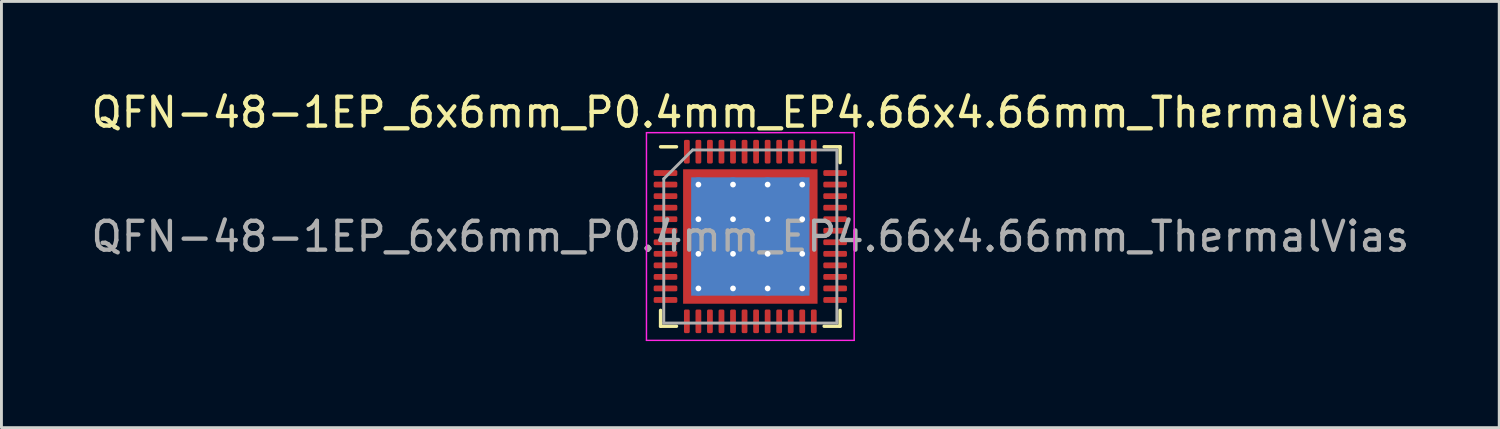
<source format=kicad_pcb>
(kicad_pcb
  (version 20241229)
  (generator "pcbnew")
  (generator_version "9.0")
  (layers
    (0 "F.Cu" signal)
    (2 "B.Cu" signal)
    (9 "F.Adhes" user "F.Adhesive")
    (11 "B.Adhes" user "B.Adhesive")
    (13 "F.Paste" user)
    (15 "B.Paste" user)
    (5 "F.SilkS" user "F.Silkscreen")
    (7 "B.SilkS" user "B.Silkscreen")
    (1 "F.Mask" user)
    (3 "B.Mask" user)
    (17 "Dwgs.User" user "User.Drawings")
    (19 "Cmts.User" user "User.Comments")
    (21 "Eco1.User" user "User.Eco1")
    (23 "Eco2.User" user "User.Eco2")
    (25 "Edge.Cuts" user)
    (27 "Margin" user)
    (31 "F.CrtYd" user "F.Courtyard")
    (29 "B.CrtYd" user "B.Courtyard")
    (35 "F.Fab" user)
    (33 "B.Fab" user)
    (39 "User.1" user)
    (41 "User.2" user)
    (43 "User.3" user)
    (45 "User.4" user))
  (footprint "QFN-48-1EP_6x6mm_P0.4mm_EP4.66x4.66mm_ThermalVias"
    (layer "F.Cu")
    (at 22.958 5.148)
    (property "Reference" "QFN-48-1EP_6x6mm_P0.4mm_EP4.66x4.66mm_ThermalVias" (at 0 -4.3 0) (layer "F.SilkS") (effects (font (size 1 1) (thickness 0.15))))
    (attr smd)
    (fp_line (start -3.11 3.11) (end -3.11 2.56) (stroke (width 0.12) (type solid)) (layer "F.SilkS"))
    (fp_line (start -2.56 -3.11) (end -3.11 -3.11) (stroke (width 0.12) (type solid)) (layer "F.SilkS"))
    (fp_line (start -2.56 3.11) (end -3.11 3.11) (stroke (width 0.12) (type solid)) (layer "F.SilkS"))
    (fp_line (start 2.56 -3.11) (end 3.11 -3.11) (stroke (width 0.12) (type solid)) (layer "F.SilkS"))
    (fp_line (start 2.56 3.11) (end 3.11 3.11) (stroke (width 0.12) (type solid)) (layer "F.SilkS"))
    (fp_line (start 3.11 -3.11) (end 3.11 -2.56) (stroke (width 0.12) (type solid)) (layer "F.SilkS"))
    (fp_line (start 3.11 3.11) (end 3.11 2.56) (stroke (width 0.12) (type solid)) (layer "F.SilkS"))
    (fp_line (start -3.6 -3.6) (end -3.6 3.6) (stroke (width 0.05) (type solid)) (layer "F.CrtYd"))
    (fp_line (start -3.6 3.6) (end 3.6 3.6) (stroke (width 0.05) (type solid)) (layer "F.CrtYd"))
    (fp_line (start 3.6 -3.6) (end -3.6 -3.6) (stroke (width 0.05) (type solid)) (layer "F.CrtYd"))
    (fp_line (start 3.6 3.6) (end 3.6 -3.6) (stroke (width 0.05) (type solid)) (layer "F.CrtYd"))
    (fp_line (start -3 -2) (end -2 -3) (stroke (width 0.1) (type solid)) (layer "F.Fab"))
    (fp_line (start -3 3) (end -3 -2) (stroke (width 0.1) (type solid)) (layer "F.Fab"))
    (fp_line (start -2 -3) (end 3 -3) (stroke (width 0.1) (type solid)) (layer "F.Fab"))
    (fp_line (start 3 -3) (end 3 3) (stroke (width 0.1) (type solid)) (layer "F.Fab"))
    (fp_line (start 3 3) (end -3 3) (stroke (width 0.1) (type solid)) (layer "F.Fab"))
    (fp_text user "${REFERENCE}" (at 0 0 0) (layer "F.Fab") (effects (font (size 1 1) (thickness 0.15))))
    (pad "" smd custom (at -2.065 -2.065) (size 0.3 0.3) (layers "F.Paste") (options (anchor circle)) (primitives (gr_poly (pts (xy -0.107 -0.107) (xy 0.107 -0.107) (xy 0.107 -0.011) (xy -0.011 0.107) (xy -0.107 0.107)) (width 0.214) (fill yes))))
    (pad "" smd custom (at -2.065 -1.2) (size 0.346 0.346) (layers "F.Paste") (options (anchor circle)) (primitives (gr_poly (pts (xy -0.132 -0.402) (xy 0.065 -0.402) (xy 0.132 -0.335) (xy 0.132 0.335) (xy 0.065 0.402) (xy -0.132 0.402)) (width 0.163) (fill yes))))
    (pad "" smd custom (at -2.065 0) (size 0.346 0.346) (layers "F.Paste") (options (anchor circle)) (primitives (gr_poly (pts (xy -0.132 -0.402) (xy 0.065 -0.402) (xy 0.132 -0.335) (xy 0.132 0.335) (xy 0.065 0.402) (xy -0.132 0.402)) (width 0.163) (fill yes))))
    (pad "" smd custom (at -2.065 1.2) (size 0.346 0.346) (layers "F.Paste") (options (anchor circle)) (primitives (gr_poly (pts (xy -0.132 -0.402) (xy 0.065 -0.402) (xy 0.132 -0.335) (xy 0.132 0.335) (xy 0.065 0.402) (xy -0.132 0.402)) (width 0.163) (fill yes))))
    (pad "" smd custom (at -2.065 2.065) (size 0.3 0.3) (layers "F.Paste") (options (anchor circle)) (primitives (gr_poly (pts (xy -0.107 -0.107) (xy -0.011 -0.107) (xy 0.107 0.011) (xy 0.107 0.107) (xy -0.107 0.107)) (width 0.214) (fill yes))))
    (pad "" smd custom (at -1.2 -2.065) (size 0.346 0.346) (layers "F.Paste") (options (anchor circle)) (primitives (gr_poly (pts (xy -0.402 -0.132) (xy 0.402 -0.132) (xy 0.402 0.065) (xy 0.335 0.132) (xy -0.335 0.132) (xy -0.402 0.065)) (width 0.163) (fill yes))))
    (pad "" smd roundrect (at -1.2 -1.2) (size 0.967 0.967) (layers "F.Paste") (roundrect_rratio 0.25))
    (pad "" smd roundrect (at -1.2 0) (size 0.967 0.967) (layers "F.Paste") (roundrect_rratio 0.25))
    (pad "" smd roundrect (at -1.2 1.2) (size 0.967 0.967) (layers "F.Paste") (roundrect_rratio 0.25))
    (pad "" smd custom (at -1.2 2.065) (size 0.346 0.346) (layers "F.Paste") (options (anchor circle)) (primitives (gr_poly (pts (xy -0.402 -0.065) (xy -0.335 -0.132) (xy 0.335 -0.132) (xy 0.402 -0.065) (xy 0.402 0.132) (xy -0.402 0.132)) (width 0.163) (fill yes))))
    (pad "" smd custom (at 0 -2.065) (size 0.346 0.346) (layers "F.Paste") (options (anchor circle)) (primitives (gr_poly (pts (xy -0.402 -0.132) (xy 0.402 -0.132) (xy 0.402 0.065) (xy 0.335 0.132) (xy -0.335 0.132) (xy -0.402 0.065)) (width 0.163) (fill yes))))
    (pad "" smd roundrect (at 0 -1.2) (size 0.967 0.967) (layers "F.Paste") (roundrect_rratio 0.25))
    (pad "" smd roundrect (at 0 0) (size 0.967 0.967) (layers "F.Paste") (roundrect_rratio 0.25))
    (pad "" smd roundrect (at 0 1.2) (size 0.967 0.967) (layers "F.Paste") (roundrect_rratio 0.25))
    (pad "" smd custom (at 0 2.065) (size 0.346 0.346) (layers "F.Paste") (options (anchor circle)) (primitives (gr_poly (pts (xy -0.402 -0.065) (xy -0.335 -0.132) (xy 0.335 -0.132) (xy 0.402 -0.065) (xy 0.402 0.132) (xy -0.402 0.132)) (width 0.163) (fill yes))))
    (pad "" smd custom (at 1.2 -2.065) (size 0.346 0.346) (layers "F.Paste") (options (anchor circle)) (primitives (gr_poly (pts (xy -0.402 -0.132) (xy 0.402 -0.132) (xy 0.402 0.065) (xy 0.335 0.132) (xy -0.335 0.132) (xy -0.402 0.065)) (width 0.163) (fill yes))))
    (pad "" smd roundrect (at 1.2 -1.2) (size 0.967 0.967) (layers "F.Paste") (roundrect_rratio 0.25))
    (pad "" smd roundrect (at 1.2 0) (size 0.967 0.967) (layers "F.Paste") (roundrect_rratio 0.25))
    (pad "" smd roundrect (at 1.2 1.2) (size 0.967 0.967) (layers "F.Paste") (roundrect_rratio 0.25))
    (pad "" smd custom (at 1.2 2.065) (size 0.346 0.346) (layers "F.Paste") (options (anchor circle)) (primitives (gr_poly (pts (xy -0.402 -0.065) (xy -0.335 -0.132) (xy 0.335 -0.132) (xy 0.402 -0.065) (xy 0.402 0.132) (xy -0.402 0.132)) (width 0.163) (fill yes))))
    (pad "" smd custom (at 2.065 -2.065) (size 0.3 0.3) (layers "F.Paste") (options (anchor circle)) (primitives (gr_poly (pts (xy -0.107 -0.107) (xy 0.107 -0.107) (xy 0.107 0.107) (xy 0.011 0.107) (xy -0.107 -0.011)) (width 0.214) (fill yes))))
    (pad "" smd custom (at 2.065 -1.2) (size 0.346 0.346) (layers "F.Paste") (options (anchor circle)) (primitives (gr_poly (pts (xy -0.132 -0.335) (xy -0.065 -0.402) (xy 0.132 -0.402) (xy 0.132 0.402) (xy -0.065 0.402) (xy -0.132 0.335)) (width 0.163) (fill yes))))
    (pad "" smd custom (at 2.065 0) (size 0.346 0.346) (layers "F.Paste") (options (anchor circle)) (primitives (gr_poly (pts (xy -0.132 -0.335) (xy -0.065 -0.402) (xy 0.132 -0.402) (xy 0.132 0.402) (xy -0.065 0.402) (xy -0.132 0.335)) (width 0.163) (fill yes))))
    (pad "" smd custom (at 2.065 1.2) (size 0.346 0.346) (layers "F.Paste") (options (anchor circle)) (primitives (gr_poly (pts (xy -0.132 -0.335) (xy -0.065 -0.402) (xy 0.132 -0.402) (xy 0.132 0.402) (xy -0.065 0.402) (xy -0.132 0.335)) (width 0.163) (fill yes))))
    (pad "" smd custom (at 2.065 2.065) (size 0.3 0.3) (layers "F.Paste") (options (anchor circle)) (primitives (gr_poly (pts (xy -0.107 0.011) (xy 0.011 -0.107) (xy 0.107 -0.107) (xy 0.107 0.107) (xy -0.107 0.107)) (width 0.214) (fill yes))))
    (pad "1" smd roundrect (at -2.94 -2.2) (size 0.82 0.2) (layers "F.Cu" "F.Mask" "F.Paste") (roundrect_rratio 0.25))
    (pad "2" smd roundrect (at -2.94 -1.8) (size 0.82 0.2) (layers "F.Cu" "F.Mask" "F.Paste") (roundrect_rratio 0.25))
    (pad "3" smd roundrect (at -2.94 -1.4) (size 0.82 0.2) (layers "F.Cu" "F.Mask" "F.Paste") (roundrect_rratio 0.25))
    (pad "4" smd roundrect (at -2.94 -1) (size 0.82 0.2) (layers "F.Cu" "F.Mask" "F.Paste") (roundrect_rratio 0.25))
    (pad "5" smd roundrect (at -2.94 -0.6) (size 0.82 0.2) (layers "F.Cu" "F.Mask" "F.Paste") (roundrect_rratio 0.25))
    (pad "6" smd roundrect (at -2.94 -0.2) (size 0.82 0.2) (layers "F.Cu" "F.Mask" "F.Paste") (roundrect_rratio 0.25))
    (pad "7" smd roundrect (at -2.94 0.2) (size 0.82 0.2) (layers "F.Cu" "F.Mask" "F.Paste") (roundrect_rratio 0.25))
    (pad "8" smd roundrect (at -2.94 0.6) (size 0.82 0.2) (layers "F.Cu" "F.Mask" "F.Paste") (roundrect_rratio 0.25))
    (pad "9" smd roundrect (at -2.94 1) (size 0.82 0.2) (layers "F.Cu" "F.Mask" "F.Paste") (roundrect_rratio 0.25))
    (pad "10" smd roundrect (at -2.94 1.4) (size 0.82 0.2) (layers "F.Cu" "F.Mask" "F.Paste") (roundrect_rratio 0.25))
    (pad "11" smd roundrect (at -2.94 1.8) (size 0.82 0.2) (layers "F.Cu" "F.Mask" "F.Paste") (roundrect_rratio 0.25))
    (pad "12" smd roundrect (at -2.94 2.2) (size 0.82 0.2) (layers "F.Cu" "F.Mask" "F.Paste") (roundrect_rratio 0.25))
    (pad "13" smd roundrect (at -2.2 2.94) (size 0.2 0.82) (layers "F.Cu" "F.Mask" "F.Paste") (roundrect_rratio 0.25))
    (pad "14" smd roundrect (at -1.8 2.94) (size 0.2 0.82) (layers "F.Cu" "F.Mask" "F.Paste") (roundrect_rratio 0.25))
    (pad "15" smd roundrect (at -1.4 2.94) (size 0.2 0.82) (layers "F.Cu" "F.Mask" "F.Paste") (roundrect_rratio 0.25))
    (pad "16" smd roundrect (at -1 2.94) (size 0.2 0.82) (layers "F.Cu" "F.Mask" "F.Paste") (roundrect_rratio 0.25))
    (pad "17" smd roundrect (at -0.6 2.94) (size 0.2 0.82) (layers "F.Cu" "F.Mask" "F.Paste") (roundrect_rratio 0.25))
    (pad "18" smd roundrect (at -0.2 2.94) (size 0.2 0.82) (layers "F.Cu" "F.Mask" "F.Paste") (roundrect_rratio 0.25))
    (pad "19" smd roundrect (at 0.2 2.94) (size 0.2 0.82) (layers "F.Cu" "F.Mask" "F.Paste") (roundrect_rratio 0.25))
    (pad "20" smd roundrect (at 0.6 2.94) (size 0.2 0.82) (layers "F.Cu" "F.Mask" "F.Paste") (roundrect_rratio 0.25))
    (pad "21" smd roundrect (at 1 2.94) (size 0.2 0.82) (layers "F.Cu" "F.Mask" "F.Paste") (roundrect_rratio 0.25))
    (pad "22" smd roundrect (at 1.4 2.94) (size 0.2 0.82) (layers "F.Cu" "F.Mask" "F.Paste") (roundrect_rratio 0.25))
    (pad "23" smd roundrect (at 1.8 2.94) (size 0.2 0.82) (layers "F.Cu" "F.Mask" "F.Paste") (roundrect_rratio 0.25))
    (pad "24" smd roundrect (at 2.2 2.94) (size 0.2 0.82) (layers "F.Cu" "F.Mask" "F.Paste") (roundrect_rratio 0.25))
    (pad "25" smd roundrect (at 2.94 2.2) (size 0.82 0.2) (layers "F.Cu" "F.Mask" "F.Paste") (roundrect_rratio 0.25))
    (pad "26" smd roundrect (at 2.94 1.8) (size 0.82 0.2) (layers "F.Cu" "F.Mask" "F.Paste") (roundrect_rratio 0.25))
    (pad "27" smd roundrect (at 2.94 1.4) (size 0.82 0.2) (layers "F.Cu" "F.Mask" "F.Paste") (roundrect_rratio 0.25))
    (pad "28" smd roundrect (at 2.94 1) (size 0.82 0.2) (layers "F.Cu" "F.Mask" "F.Paste") (roundrect_rratio 0.25))
    (pad "29" smd roundrect (at 2.94 0.6) (size 0.82 0.2) (layers "F.Cu" "F.Mask" "F.Paste") (roundrect_rratio 0.25))
    (pad "30" smd roundrect (at 2.94 0.2) (size 0.82 0.2) (layers "F.Cu" "F.Mask" "F.Paste") (roundrect_rratio 0.25))
    (pad "31" smd roundrect (at 2.94 -0.2) (size 0.82 0.2) (layers "F.Cu" "F.Mask" "F.Paste") (roundrect_rratio 0.25))
    (pad "32" smd roundrect (at 2.94 -0.6) (size 0.82 0.2) (layers "F.Cu" "F.Mask" "F.Paste") (roundrect_rratio 0.25))
    (pad "33" smd roundrect (at 2.94 -1) (size 0.82 0.2) (layers "F.Cu" "F.Mask" "F.Paste") (roundrect_rratio 0.25))
    (pad "34" smd roundrect (at 2.94 -1.4) (size 0.82 0.2) (layers "F.Cu" "F.Mask" "F.Paste") (roundrect_rratio 0.25))
    (pad "35" smd roundrect (at 2.94 -1.8) (size 0.82 0.2) (layers "F.Cu" "F.Mask" "F.Paste") (roundrect_rratio 0.25))
    (pad "36" smd roundrect (at 2.94 -2.2) (size 0.82 0.2) (layers "F.Cu" "F.Mask" "F.Paste") (roundrect_rratio 0.25))
    (pad "37" smd roundrect (at 2.2 -2.94) (size 0.2 0.82) (layers "F.Cu" "F.Mask" "F.Paste") (roundrect_rratio 0.25))
    (pad "38" smd roundrect (at 1.8 -2.94) (size 0.2 0.82) (layers "F.Cu" "F.Mask" "F.Paste") (roundrect_rratio 0.25))
    (pad "39" smd roundrect (at 1.4 -2.94) (size 0.2 0.82) (layers "F.Cu" "F.Mask" "F.Paste") (roundrect_rratio 0.25))
    (pad "40" smd roundrect (at 1 -2.94) (size 0.2 0.82) (layers "F.Cu" "F.Mask" "F.Paste") (roundrect_rratio 0.25))
    (pad "41" smd roundrect (at 0.6 -2.94) (size 0.2 0.82) (layers "F.Cu" "F.Mask" "F.Paste") (roundrect_rratio 0.25))
    (pad "42" smd roundrect (at 0.2 -2.94) (size 0.2 0.82) (layers "F.Cu" "F.Mask" "F.Paste") (roundrect_rratio 0.25))
    (pad "43" smd roundrect (at -0.2 -2.94) (size 0.2 0.82) (layers "F.Cu" "F.Mask" "F.Paste") (roundrect_rratio 0.25))
    (pad "44" smd roundrect (at -0.6 -2.94) (size 0.2 0.82) (layers "F.Cu" "F.Mask" "F.Paste") (roundrect_rratio 0.25))
    (pad "45" smd roundrect (at -1 -2.94) (size 0.2 0.82) (layers "F.Cu" "F.Mask" "F.Paste") (roundrect_rratio 0.25))
    (pad "46" smd roundrect (at -1.4 -2.94) (size 0.2 0.82) (layers "F.Cu" "F.Mask" "F.Paste") (roundrect_rratio 0.25))
    (pad "47" smd roundrect (at -1.8 -2.94) (size 0.2 0.82) (layers "F.Cu" "F.Mask" "F.Paste") (roundrect_rratio 0.25))
    (pad "48" smd roundrect (at -2.2 -2.94) (size 0.2 0.82) (layers "F.Cu" "F.Mask" "F.Paste") (roundrect_rratio 0.25))
    (pad "49" thru_hole circle (at -1.8 -1.8) (size 0.5 0.5) (drill 0.2) (layers "*.Cu"))
    (pad "49" thru_hole circle (at -1.8 -0.6) (size 0.5 0.5) (drill 0.2) (layers "*.Cu"))
    (pad "49" thru_hole circle (at -1.8 0.6) (size 0.5 0.5) (drill 0.2) (layers "*.Cu"))
    (pad "49" thru_hole circle (at -1.8 1.8) (size 0.5 0.5) (drill 0.2) (layers "*.Cu"))
    (pad "49" thru_hole circle (at -0.6 -1.8) (size 0.5 0.5) (drill 0.2) (layers "*.Cu"))
    (pad "49" thru_hole circle (at -0.6 -0.6) (size 0.5 0.5) (drill 0.2) (layers "*.Cu"))
    (pad "49" thru_hole circle (at -0.6 0.6) (size 0.5 0.5) (drill 0.2) (layers "*.Cu"))
    (pad "49" thru_hole circle (at -0.6 1.8) (size 0.5 0.5) (drill 0.2) (layers "*.Cu"))
    (pad "49" smd rect (at 0 0) (size 4.1 4.1) (layers "B.Cu"))
    (pad "49" smd rect (at 0 0) (size 4.66 4.66) (layers "F.Cu" "F.Mask"))
    (pad "49" thru_hole circle (at 0.6 -1.8) (size 0.5 0.5) (drill 0.2) (layers "*.Cu"))
    (pad "49" thru_hole circle (at 0.6 -0.6) (size 0.5 0.5) (drill 0.2) (layers "*.Cu"))
    (pad "49" thru_hole circle (at 0.6 0.6) (size 0.5 0.5) (drill 0.2) (layers "*.Cu"))
    (pad "49" thru_hole circle (at 0.6 1.8) (size 0.5 0.5) (drill 0.2) (layers "*.Cu"))
    (pad "49" thru_hole circle (at 1.8 -1.8) (size 0.5 0.5) (drill 0.2) (layers "*.Cu"))
    (pad "49" thru_hole circle (at 1.8 -0.6) (size 0.5 0.5) (drill 0.2) (layers "*.Cu"))
    (pad "49" thru_hole circle (at 1.8 0.6) (size 0.5 0.5) (drill 0.2) (layers "*.Cu"))
    (pad "49" thru_hole circle (at 1.8 1.8) (size 0.5 0.5) (drill 0.2) (layers "*.Cu")))
  (gr_rect
    (start -3 -3)
    (end 48.917 11.773)
    (stroke (width 0.1) (type default))
    (fill no)
    (layer "Edge.Cuts")))
</source>
